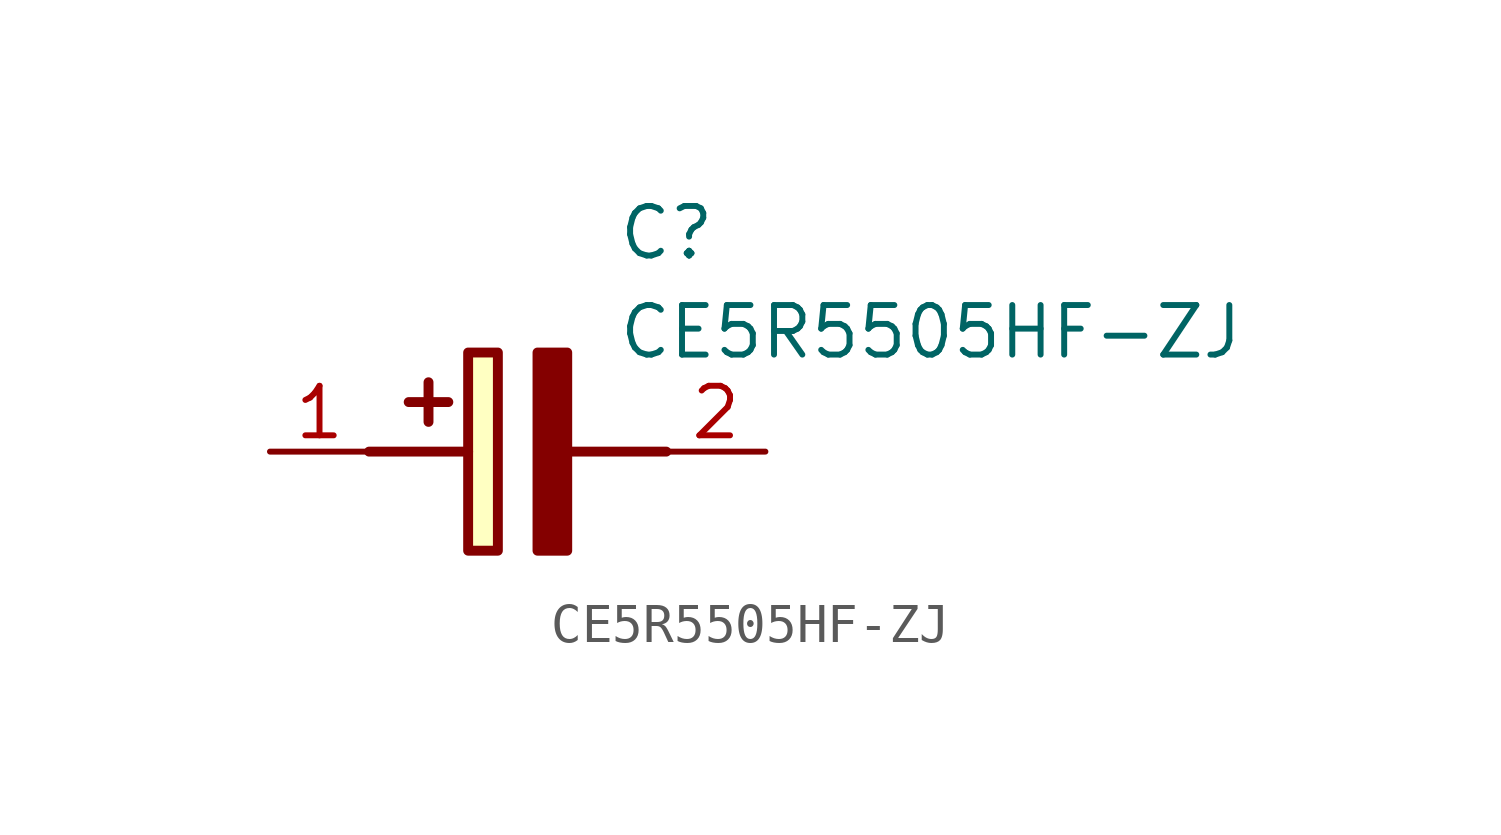
<source format=kicad_sym>
(kicad_symbol_lib
  (version 20211014)
  (generator SamacSys_ECAD_Model)
  (symbol "CE5R5505HF-ZJ"
    (pin_names hide)
    (property "Reference" "C"
      (at 8.89 6.35 0)
      (effects (font (size 1.27 1.27)) (justify left top)))
    (property "Value" "CE5R5505HF-ZJ"
      (at 8.89 3.81 0)
      (effects (font (size 1.27 1.27)) (justify left top)))
    (rectangle
      (start 5.08 2.54)
      (end 5.842 -2.54)
      (stroke (width 0.254) (type default))
      (fill (type background)))
    (polyline
      (pts (xy 4.572 1.27) (xy 3.556 1.27))
      (stroke (width 0.254) (type default))
      (fill (type none)))
    (polyline
      (pts (xy 4.064 1.778) (xy 4.064 0.762))
      (stroke (width 0.254) (type default))
      (fill (type none)))
    (polyline
      (pts (xy 2.54 0) (xy 5.08 0))
      (stroke (width 0.254) (type default))
      (fill (type none)))
    (polyline
      (pts (xy 7.62 0) (xy 10.16 0))
      (stroke (width 0.254) (type default))
      (fill (type none)))
    (polyline
      (pts (xy 7.62 2.54) (xy 7.62 -2.54) (xy 6.858 -2.54) (xy 6.858 2.54) (xy 7.62 2.54))
      (stroke (width 0.254) (type default))
      (fill (type outline)))
    (pin passive line
      (at 0 0 0)
      (length 2.54)
      (name "+" (effects (font (size 1.27 1.27))))
      (number "1" (effects (font (size 1.27 1.27)))))
    (pin passive line
      (at 12.7 0 180)
      (length 2.54)
      (name "-" (effects (font (size 1.27 1.27))))
      (number "2" (effects (font (size 1.27 1.27)))))))
</source>
